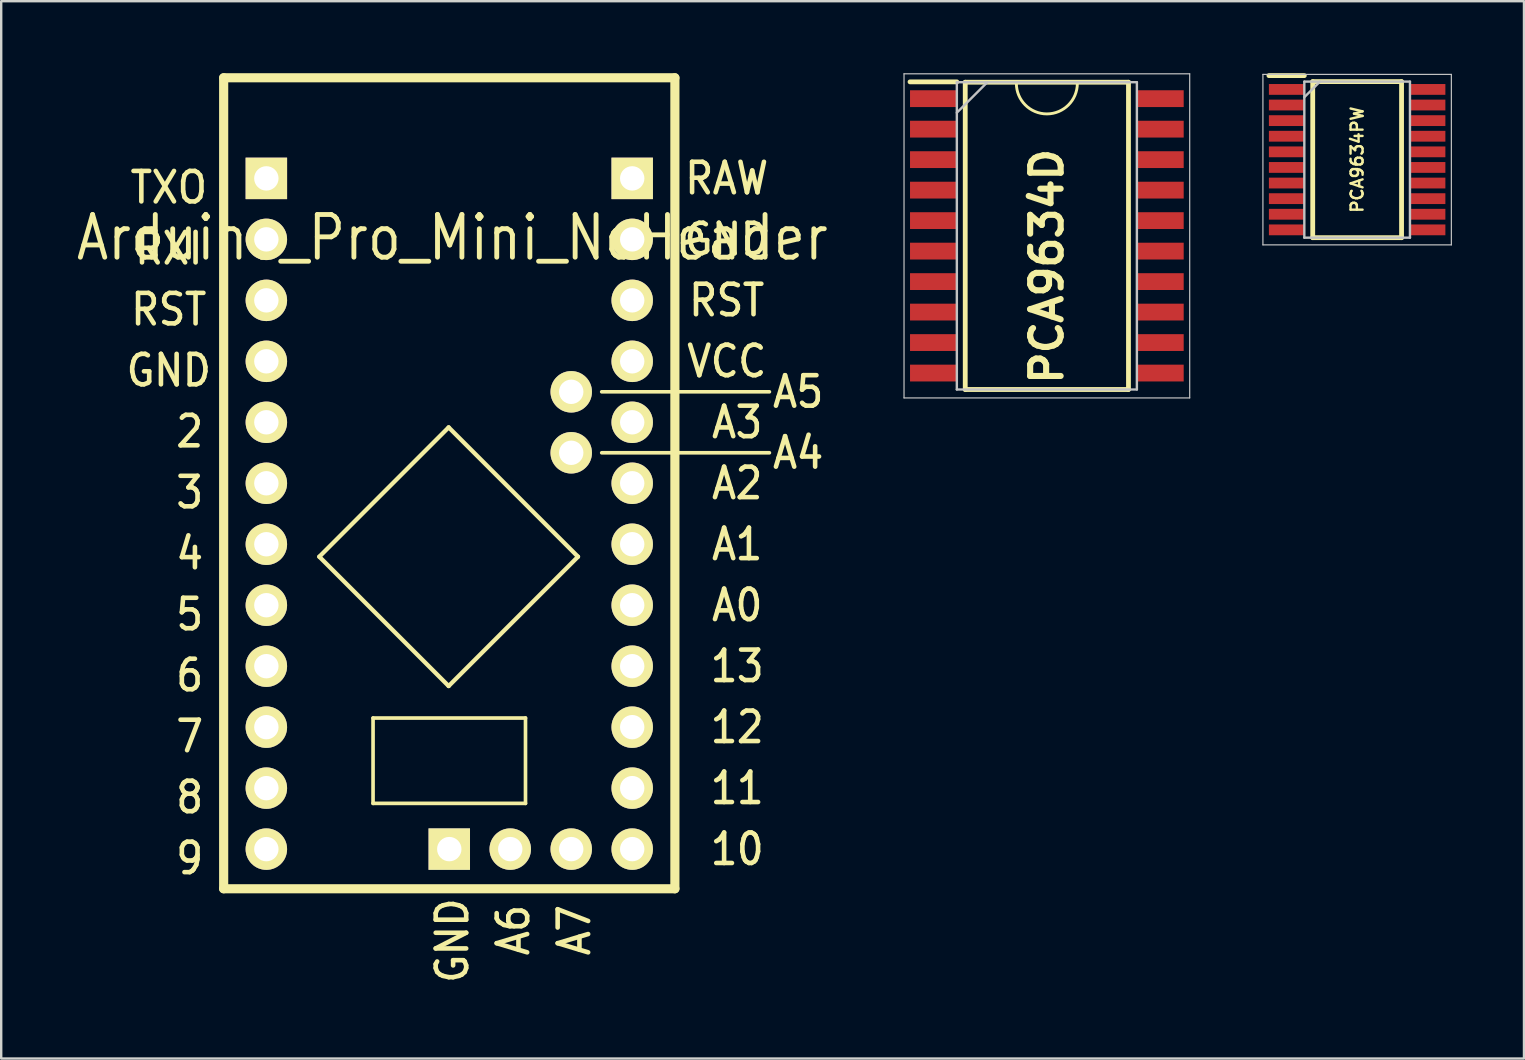
<source format=kicad_pcb>
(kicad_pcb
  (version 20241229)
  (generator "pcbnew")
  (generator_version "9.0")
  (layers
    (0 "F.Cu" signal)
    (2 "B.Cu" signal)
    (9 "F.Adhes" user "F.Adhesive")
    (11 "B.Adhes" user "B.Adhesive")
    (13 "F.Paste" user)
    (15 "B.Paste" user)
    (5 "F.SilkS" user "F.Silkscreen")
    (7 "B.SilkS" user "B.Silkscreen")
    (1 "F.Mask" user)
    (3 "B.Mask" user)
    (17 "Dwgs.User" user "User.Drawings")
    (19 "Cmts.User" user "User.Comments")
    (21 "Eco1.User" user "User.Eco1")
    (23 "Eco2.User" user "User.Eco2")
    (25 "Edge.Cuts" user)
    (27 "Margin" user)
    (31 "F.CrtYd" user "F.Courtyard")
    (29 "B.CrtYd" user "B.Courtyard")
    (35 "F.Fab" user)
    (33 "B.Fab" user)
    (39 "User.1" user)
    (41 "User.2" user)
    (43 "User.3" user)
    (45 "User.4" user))
  (footprint "PCA9634PW"
    (layer "F.Cu")
    (at 53.483 3.6)
    (property "Reference" "PCA9634PW" (at 0 0 90) (layer "F.SilkS") (effects (font (size 0.5 0.5) (thickness 0.1))))
    (attr smd)
    (fp_line (start -3.675 -3.5) (end -2.2 -3.5) (stroke (width 0.2) (type solid)) (layer "F.SilkS"))
    (fp_line (start -1.85 -3.25) (end 1.85 -3.25) (stroke (width 0.2) (type solid)) (layer "F.SilkS"))
    (fp_line (start -1.85 3.25) (end -1.85 -3.25) (stroke (width 0.2) (type solid)) (layer "F.SilkS"))
    (fp_line (start 1.85 -3.25) (end 1.85 3.25) (stroke (width 0.2) (type solid)) (layer "F.SilkS"))
    (fp_line (start 1.85 3.25) (end -1.85 3.25) (stroke (width 0.2) (type solid)) (layer "F.SilkS"))
    (fp_line (start -3.925 -3.55) (end 3.925 -3.55) (stroke (width 0.05) (type solid)) (layer "Dwgs.User"))
    (fp_line (start -3.925 3.55) (end -3.925 -3.55) (stroke (width 0.05) (type solid)) (layer "Dwgs.User"))
    (fp_line (start -2.2 -3.25) (end 2.2 -3.25) (stroke (width 0.1) (type solid)) (layer "Dwgs.User"))
    (fp_line (start -2.2 -2.6) (end -1.55 -3.25) (stroke (width 0.1) (type solid)) (layer "Dwgs.User"))
    (fp_line (start -2.2 3.25) (end -2.2 -3.25) (stroke (width 0.1) (type solid)) (layer "Dwgs.User"))
    (fp_line (start 2.2 -3.25) (end 2.2 3.25) (stroke (width 0.1) (type solid)) (layer "Dwgs.User"))
    (fp_line (start 2.2 3.25) (end -2.2 3.25) (stroke (width 0.1) (type solid)) (layer "Dwgs.User"))
    (fp_line (start 3.925 -3.55) (end 3.925 3.55) (stroke (width 0.05) (type solid)) (layer "Dwgs.User"))
    (fp_line (start 3.925 3.55) (end -3.925 3.55) (stroke (width 0.05) (type solid)) (layer "Dwgs.User"))
    (pad "1" smd rect (at -2.938 -2.925 90) (size 0.45 1.475) (layers "F.Cu" "F.Mask" "F.Paste"))
    (pad "2" smd rect (at -2.938 -2.275 90) (size 0.45 1.475) (layers "F.Cu" "F.Mask" "F.Paste"))
    (pad "3" smd rect (at -2.938 -1.625 90) (size 0.45 1.475) (layers "F.Cu" "F.Mask" "F.Paste"))
    (pad "4" smd rect (at -2.938 -0.975 90) (size 0.45 1.475) (layers "F.Cu" "F.Mask" "F.Paste"))
    (pad "5" smd rect (at -2.938 -0.325 90) (size 0.45 1.475) (layers "F.Cu" "F.Mask" "F.Paste"))
    (pad "6" smd rect (at -2.938 0.325 90) (size 0.45 1.475) (layers "F.Cu" "F.Mask" "F.Paste"))
    (pad "7" smd rect (at -2.938 0.975 90) (size 0.45 1.475) (layers "F.Cu" "F.Mask" "F.Paste"))
    (pad "8" smd rect (at -2.938 1.625 90) (size 0.45 1.475) (layers "F.Cu" "F.Mask" "F.Paste"))
    (pad "9" smd rect (at -2.938 2.275 90) (size 0.45 1.475) (layers "F.Cu" "F.Mask" "F.Paste"))
    (pad "10" smd rect (at -2.938 2.925 90) (size 0.45 1.475) (layers "F.Cu" "F.Mask" "F.Paste"))
    (pad "11" smd rect (at 2.938 2.925 90) (size 0.45 1.475) (layers "F.Cu" "F.Mask" "F.Paste"))
    (pad "12" smd rect (at 2.938 2.275 90) (size 0.45 1.475) (layers "F.Cu" "F.Mask" "F.Paste"))
    (pad "13" smd rect (at 2.938 1.625 90) (size 0.45 1.475) (layers "F.Cu" "F.Mask" "F.Paste"))
    (pad "14" smd rect (at 2.938 0.975 90) (size 0.45 1.475) (layers "F.Cu" "F.Mask" "F.Paste"))
    (pad "15" smd rect (at 2.938 0.325 90) (size 0.45 1.475) (layers "F.Cu" "F.Mask" "F.Paste"))
    (pad "16" smd rect (at 2.938 -0.325 90) (size 0.45 1.475) (layers "F.Cu" "F.Mask" "F.Paste"))
    (pad "17" smd rect (at 2.938 -0.975 90) (size 0.45 1.475) (layers "F.Cu" "F.Mask" "F.Paste"))
    (pad "18" smd rect (at 2.938 -1.625 90) (size 0.45 1.475) (layers "F.Cu" "F.Mask" "F.Paste"))
    (pad "19" smd rect (at 2.938 -2.275 90) (size 0.45 1.475) (layers "F.Cu" "F.Mask" "F.Paste"))
    (pad "20" smd rect (at 2.938 -2.925 90) (size 0.45 1.475) (layers "F.Cu" "F.Mask" "F.Paste")))
  (footprint "Arduino_Pro_Mini_NoHeader"
    (layer "F.Cu")
    (at 15.665 17.081)
    (property "Reference" "Arduino_Pro_Mini_NoHeader" (at 0.127 -10.23 0) (layer "F.SilkS") (effects (font (size 1.778 1.524) (thickness 0.203))))
    (attr through_hole)
    (fp_line (start -9.398 -16.891) (end 9.398 -16.891) (stroke (width 0.381) (type solid)) (layer "F.SilkS"))
    (fp_line (start -9.398 16.891) (end -9.398 -16.891) (stroke (width 0.381) (type solid)) (layer "F.SilkS"))
    (fp_line (start -5.414 3.059) (end -0.026 -2.329) (stroke (width 0.178) (type solid)) (layer "F.SilkS"))
    (fp_line (start -5.414 3.059) (end -0.026 8.447) (stroke (width 0.178) (type solid)) (layer "F.SilkS"))
    (fp_line (start -3.175 9.779) (end -3.175 13.335) (stroke (width 0.152) (type solid)) (layer "F.SilkS"))
    (fp_line (start -3.175 13.335) (end 3.175 13.335) (stroke (width 0.152) (type solid)) (layer "F.SilkS"))
    (fp_line (start -0.026 -2.329) (end 5.362 3.059) (stroke (width 0.178) (type solid)) (layer "F.SilkS"))
    (fp_line (start -0.026 8.447) (end 5.362 3.059) (stroke (width 0.178) (type solid)) (layer "F.SilkS"))
    (fp_line (start 3.175 9.779) (end -3.175 9.779) (stroke (width 0.152) (type solid)) (layer "F.SilkS"))
    (fp_line (start 3.175 9.779) (end 3.175 13.335) (stroke (width 0.152) (type solid)) (layer "F.SilkS"))
    (fp_line (start 6.35 -3.81) (end 13.335 -3.81) (stroke (width 0.152) (type solid)) (layer "F.SilkS"))
    (fp_line (start 6.35 -1.27) (end 13.335 -1.27) (stroke (width 0.152) (type solid)) (layer "F.SilkS"))
    (fp_line (start 9.398 -16.891) (end 9.398 16.891) (stroke (width 0.381) (type solid)) (layer "F.SilkS"))
    (fp_line (start 9.398 16.891) (end -9.398 16.891) (stroke (width 0.381) (type solid)) (layer "F.SilkS"))
    (fp_text user " 10" (at 11.557 15.24 0) (layer "F.SilkS") (effects (font (size 1.27 1.143) (thickness 0.191))))
    (fp_text user "  9" (at -11.684 15.621 0) (layer "F.SilkS") (effects (font (size 1.27 1.143) (thickness 0.191))))
    (fp_text user "VCC" (at 11.557 -5.08 0) (layer "F.SilkS") (effects (font (size 1.27 1.143) (thickness 0.191))))
    (fp_text user " A6" (at 2.667 19.05 90) (layer "F.SilkS") (effects (font (size 1.27 1.143) (thickness 0.191))))
    (fp_text user "  8" (at -11.684 13.081 0) (layer "F.SilkS") (effects (font (size 1.27 1.143) (thickness 0.191))))
    (fp_text user " 12" (at 11.557 10.16 0) (layer "F.SilkS") (effects (font (size 1.27 1.143) (thickness 0.191))))
    (fp_text user "  6" (at -11.684 8.001 0) (layer "F.SilkS") (effects (font (size 1.27 1.143) (thickness 0.191))))
    (fp_text user " A1" (at 11.557 2.54 0) (layer "F.SilkS") (effects (font (size 1.27 1.143) (thickness 0.191))))
    (fp_text user "  3" (at -11.684 0.381 0) (layer "F.SilkS") (effects (font (size 1.27 1.143) (thickness 0.191))))
    (fp_text user " A0" (at 11.557 5.08 0) (layer "F.SilkS") (effects (font (size 1.27 1.143) (thickness 0.191))))
    (fp_text user "RAW" (at 11.557 -12.7 0) (layer "F.SilkS") (effects (font (size 1.27 1.143) (thickness 0.191))))
    (fp_text user "GND" (at -11.684 -4.699 0) (layer "F.SilkS") (effects (font (size 1.27 1.143) (thickness 0.191))))
    (fp_text user "TXO" (at -11.684 -12.319 0) (layer "F.SilkS") (effects (font (size 1.27 1.143) (thickness 0.191))))
    (fp_text user " 11" (at 11.557 12.7 0) (layer "F.SilkS") (effects (font (size 1.27 1.143) (thickness 0.191))))
    (fp_text user "RST" (at -11.684 -7.239 0) (layer "F.SilkS") (effects (font (size 1.27 1.143) (thickness 0.191))))
    (fp_text user "  5" (at -11.684 5.461 0) (layer "F.SilkS") (effects (font (size 1.27 1.143) (thickness 0.191))))
    (fp_text user "GND" (at 0.127 19.05 90) (layer "F.SilkS") (effects (font (size 1.27 1.143) (thickness 0.191))))
    (fp_text user "RST" (at 11.557 -7.62 0) (layer "F.SilkS") (effects (font (size 1.27 1.143) (thickness 0.191))))
    (fp_text user "RXI" (at -11.684 -9.779 0) (layer "F.SilkS") (effects (font (size 1.27 1.143) (thickness 0.191))))
    (fp_text user " A2" (at 11.557 0 0) (layer "F.SilkS") (effects (font (size 1.27 1.143) (thickness 0.191))))
    (fp_text user " A5" (at 14.097 -3.81 0) (layer "F.SilkS") (effects (font (size 1.27 1.143) (thickness 0.191))))
    (fp_text user "  4" (at -11.684 2.921 0) (layer "F.SilkS") (effects (font (size 1.27 1.143) (thickness 0.191))))
    (fp_text user " A7" (at 5.207 19.05 90) (layer "F.SilkS") (effects (font (size 1.27 1.143) (thickness 0.191))))
    (fp_text user " A3" (at 11.557 -2.54 0) (layer "F.SilkS") (effects (font (size 1.27 1.143) (thickness 0.191))))
    (fp_text user "  7" (at -11.684 10.541 0) (layer "F.SilkS") (effects (font (size 1.27 1.143) (thickness 0.191))))
    (fp_text user " A4" (at 14.097 -1.27 0) (layer "F.SilkS") (effects (font (size 1.27 1.143) (thickness 0.191))))
    (fp_text user " 13" (at 11.557 7.62 0) (layer "F.SilkS") (effects (font (size 1.27 1.143) (thickness 0.191))))
    (fp_text user "  2" (at -11.684 -2.159 0) (layer "F.SilkS") (effects (font (size 1.27 1.143) (thickness 0.191))))
    (fp_text user "GND" (at 11.557 -10.16 0) (layer "F.SilkS") (effects (font (size 1.27 1.143) (thickness 0.191))))
    (pad "1A" thru_hole rect (at 7.62 -12.7) (size 1.727 1.727) (drill 1.016) (layers "*.Cu" "*.Mask" "F.SilkS"))
    (pad "1B" thru_hole rect (at 0 15.24) (size 1.727 1.727) (drill 1.016) (layers "*.Cu" "*.Mask" "F.SilkS"))
    (pad "1D" thru_hole rect (at -7.62 -12.7) (size 1.727 1.727) (drill 1.016) (layers "*.Cu" "*.Mask" "F.SilkS"))
    (pad "2A" thru_hole circle (at 7.62 -10.16) (size 1.727 1.727) (drill 1.016) (layers "*.Cu" "*.Mask" "F.SilkS"))
    (pad "2B" thru_hole circle (at 2.54 15.24) (size 1.727 1.727) (drill 1.016) (layers "*.Cu" "*.Mask" "F.SilkS"))
    (pad "2D" thru_hole circle (at -7.62 -10.16) (size 1.727 1.727) (drill 1.016) (layers "*.Cu" "*.Mask" "F.SilkS"))
    (pad "3A" thru_hole circle (at 7.62 -7.62) (size 1.727 1.727) (drill 1.016) (layers "*.Cu" "*.Mask" "F.SilkS"))
    (pad "3B" thru_hole circle (at 5.08 15.24) (size 1.727 1.727) (drill 1.016) (layers "*.Cu" "*.Mask" "F.SilkS"))
    (pad "3D" thru_hole circle (at -7.62 -7.62) (size 1.727 1.727) (drill 1.016) (layers "*.Cu" "*.Mask" "F.SilkS"))
    (pad "4A" thru_hole circle (at 7.62 -5.08) (size 1.727 1.727) (drill 1.016) (layers "*.Cu" "*.Mask" "F.SilkS"))
    (pad "4B" thru_hole circle (at 5.08 -1.27) (size 1.727 1.727) (drill 1.016) (layers "*.Cu" "*.Mask" "F.SilkS"))
    (pad "4D" thru_hole circle (at -7.62 -5.08) (size 1.727 1.727) (drill 1.016) (layers "*.Cu" "*.Mask" "F.SilkS"))
    (pad "5A" thru_hole circle (at 7.62 -2.54) (size 1.727 1.727) (drill 1.016) (layers "*.Cu" "*.Mask" "F.SilkS"))
    (pad "5B" thru_hole circle (at 5.08 -3.81) (size 1.727 1.727) (drill 1.016) (layers "*.Cu" "*.Mask" "F.SilkS"))
    (pad "5D" thru_hole circle (at -7.62 -2.54) (size 1.727 1.727) (drill 1.016) (layers "*.Cu" "*.Mask" "F.SilkS"))
    (pad "6A" thru_hole circle (at 7.62 0) (size 1.727 1.727) (drill 1.016) (layers "*.Cu" "*.Mask" "F.SilkS"))
    (pad "6D" thru_hole circle (at -7.62 0) (size 1.727 1.727) (drill 1.016) (layers "*.Cu" "*.Mask" "F.SilkS"))
    (pad "7A" thru_hole circle (at 7.62 2.54) (size 1.727 1.727) (drill 1.016) (layers "*.Cu" "*.Mask" "F.SilkS"))
    (pad "7D" thru_hole circle (at -7.62 2.54) (size 1.727 1.727) (drill 1.016) (layers "*.Cu" "*.Mask" "F.SilkS"))
    (pad "8A" thru_hole circle (at 7.62 5.08) (size 1.727 1.727) (drill 1.016) (layers "*.Cu" "*.Mask" "F.SilkS"))
    (pad "8D" thru_hole circle (at -7.62 5.08) (size 1.727 1.727) (drill 1.016) (layers "*.Cu" "*.Mask" "F.SilkS"))
    (pad "9A" thru_hole circle (at 7.62 7.62) (size 1.727 1.727) (drill 1.016) (layers "*.Cu" "*.Mask" "F.SilkS"))
    (pad "9D" thru_hole circle (at -7.62 7.62) (size 1.727 1.727) (drill 1.016) (layers "*.Cu" "*.Mask" "F.SilkS"))
    (pad "10A" thru_hole circle (at 7.62 10.16) (size 1.727 1.727) (drill 1.016) (layers "*.Cu" "*.Mask" "F.SilkS"))
    (pad "10D" thru_hole circle (at -7.62 10.16) (size 1.727 1.727) (drill 1.016) (layers "*.Cu" "*.Mask" "F.SilkS"))
    (pad "11A" thru_hole circle (at 7.62 12.7) (size 1.727 1.727) (drill 1.016) (layers "*.Cu" "*.Mask" "F.SilkS"))
    (pad "11D" thru_hole circle (at -7.62 12.7) (size 1.727 1.727) (drill 1.016) (layers "*.Cu" "*.Mask" "F.SilkS"))
    (pad "12A" thru_hole circle (at 7.62 15.24) (size 1.727 1.727) (drill 1.016) (layers "*.Cu" "*.Mask" "F.SilkS"))
    (pad "12D" thru_hole circle (at -7.62 15.24) (size 1.727 1.727) (drill 1.016) (layers "*.Cu" "*.Mask" "F.SilkS")))
  (footprint "PCA9634D"
    (layer "F.Cu")
    (at 40.558 6.775)
    (property "Reference" "PCA9634D" (at 0 1.27 90) (layer "F.SilkS") (effects (font (size 1.27 1.27) (thickness 0.254))))
    (attr smd)
    (fp_line (start -5.7 -6.415) (end -3.75 -6.415) (stroke (width 0.2) (type solid)) (layer "F.SilkS"))
    (fp_line (start -3.4 -6.4) (end 3.4 -6.4) (stroke (width 0.2) (type solid)) (layer "F.SilkS"))
    (fp_line (start -3.4 6.4) (end -3.4 -6.4) (stroke (width 0.2) (type solid)) (layer "F.SilkS"))
    (fp_line (start 3.4 -6.4) (end 3.4 6.4) (stroke (width 0.2) (type solid)) (layer "F.SilkS"))
    (fp_line (start 3.4 6.4) (end -3.4 6.4) (stroke (width 0.2) (type solid)) (layer "F.SilkS"))
    (fp_arc (start 1.27 -6.35) (mid 0 -5.08) (end -1.27 -6.35) (stroke (width 0.12) (type solid)) (layer "F.SilkS"))
    (fp_line (start -5.95 -6.75) (end 5.95 -6.75) (stroke (width 0.05) (type solid)) (layer "Dwgs.User"))
    (fp_line (start -5.95 6.75) (end -5.95 -6.75) (stroke (width 0.05) (type solid)) (layer "Dwgs.User"))
    (fp_line (start -3.75 -6.4) (end 3.75 -6.4) (stroke (width 0.1) (type solid)) (layer "Dwgs.User"))
    (fp_line (start -3.75 -5.13) (end -2.48 -6.4) (stroke (width 0.1) (type solid)) (layer "Dwgs.User"))
    (fp_line (start -3.75 6.4) (end -3.75 -6.4) (stroke (width 0.1) (type solid)) (layer "Dwgs.User"))
    (fp_line (start 3.75 -6.4) (end 3.75 6.4) (stroke (width 0.1) (type solid)) (layer "Dwgs.User"))
    (fp_line (start 3.75 6.4) (end -3.75 6.4) (stroke (width 0.1) (type solid)) (layer "Dwgs.User"))
    (fp_line (start 5.95 -6.75) (end 5.95 6.75) (stroke (width 0.05) (type solid)) (layer "Dwgs.User"))
    (fp_line (start 5.95 6.75) (end -5.95 6.75) (stroke (width 0.05) (type solid)) (layer "Dwgs.User"))
    (pad "1" smd rect (at -4.725 -5.715 90) (size 0.7 1.95) (layers "F.Cu" "F.Mask" "F.Paste"))
    (pad "2" smd rect (at -4.725 -4.445 90) (size 0.7 1.95) (layers "F.Cu" "F.Mask" "F.Paste"))
    (pad "3" smd rect (at -4.725 -3.175 90) (size 0.7 1.95) (layers "F.Cu" "F.Mask" "F.Paste"))
    (pad "4" smd rect (at -4.725 -1.905 90) (size 0.7 1.95) (layers "F.Cu" "F.Mask" "F.Paste"))
    (pad "5" smd rect (at -4.725 -0.635 90) (size 0.7 1.95) (layers "F.Cu" "F.Mask" "F.Paste"))
    (pad "6" smd rect (at -4.725 0.635 90) (size 0.7 1.95) (layers "F.Cu" "F.Mask" "F.Paste"))
    (pad "7" smd rect (at -4.725 1.905 90) (size 0.7 1.95) (layers "F.Cu" "F.Mask" "F.Paste"))
    (pad "8" smd rect (at -4.725 3.175 90) (size 0.7 1.95) (layers "F.Cu" "F.Mask" "F.Paste"))
    (pad "9" smd rect (at -4.725 4.445 90) (size 0.7 1.95) (layers "F.Cu" "F.Mask" "F.Paste"))
    (pad "10" smd rect (at -4.725 5.715 90) (size 0.7 1.95) (layers "F.Cu" "F.Mask" "F.Paste"))
    (pad "11" smd rect (at 4.725 5.715 90) (size 0.7 1.95) (layers "F.Cu" "F.Mask" "F.Paste"))
    (pad "12" smd rect (at 4.725 4.445 90) (size 0.7 1.95) (layers "F.Cu" "F.Mask" "F.Paste"))
    (pad "13" smd rect (at 4.725 3.175 90) (size 0.7 1.95) (layers "F.Cu" "F.Mask" "F.Paste"))
    (pad "14" smd rect (at 4.725 1.905 90) (size 0.7 1.95) (layers "F.Cu" "F.Mask" "F.Paste"))
    (pad "15" smd rect (at 4.725 0.635 90) (size 0.7 1.95) (layers "F.Cu" "F.Mask" "F.Paste"))
    (pad "16" smd rect (at 4.725 -0.635 90) (size 0.7 1.95) (layers "F.Cu" "F.Mask" "F.Paste"))
    (pad "17" smd rect (at 4.725 -1.905 90) (size 0.7 1.95) (layers "F.Cu" "F.Mask" "F.Paste"))
    (pad "18" smd rect (at 4.725 -3.175 90) (size 0.7 1.95) (layers "F.Cu" "F.Mask" "F.Paste"))
    (pad "19" smd rect (at 4.725 -4.445 90) (size 0.7 1.95) (layers "F.Cu" "F.Mask" "F.Paste"))
    (pad "20" smd rect (at 4.725 -5.715 90) (size 0.7 1.95) (layers "F.Cu" "F.Mask" "F.Paste")))
  (gr_rect
    (start -3 -3)
    (end 60.433 41.045)
    (stroke (width 0.1) (type default))
    (fill no)
    (layer "Edge.Cuts")))
</source>
